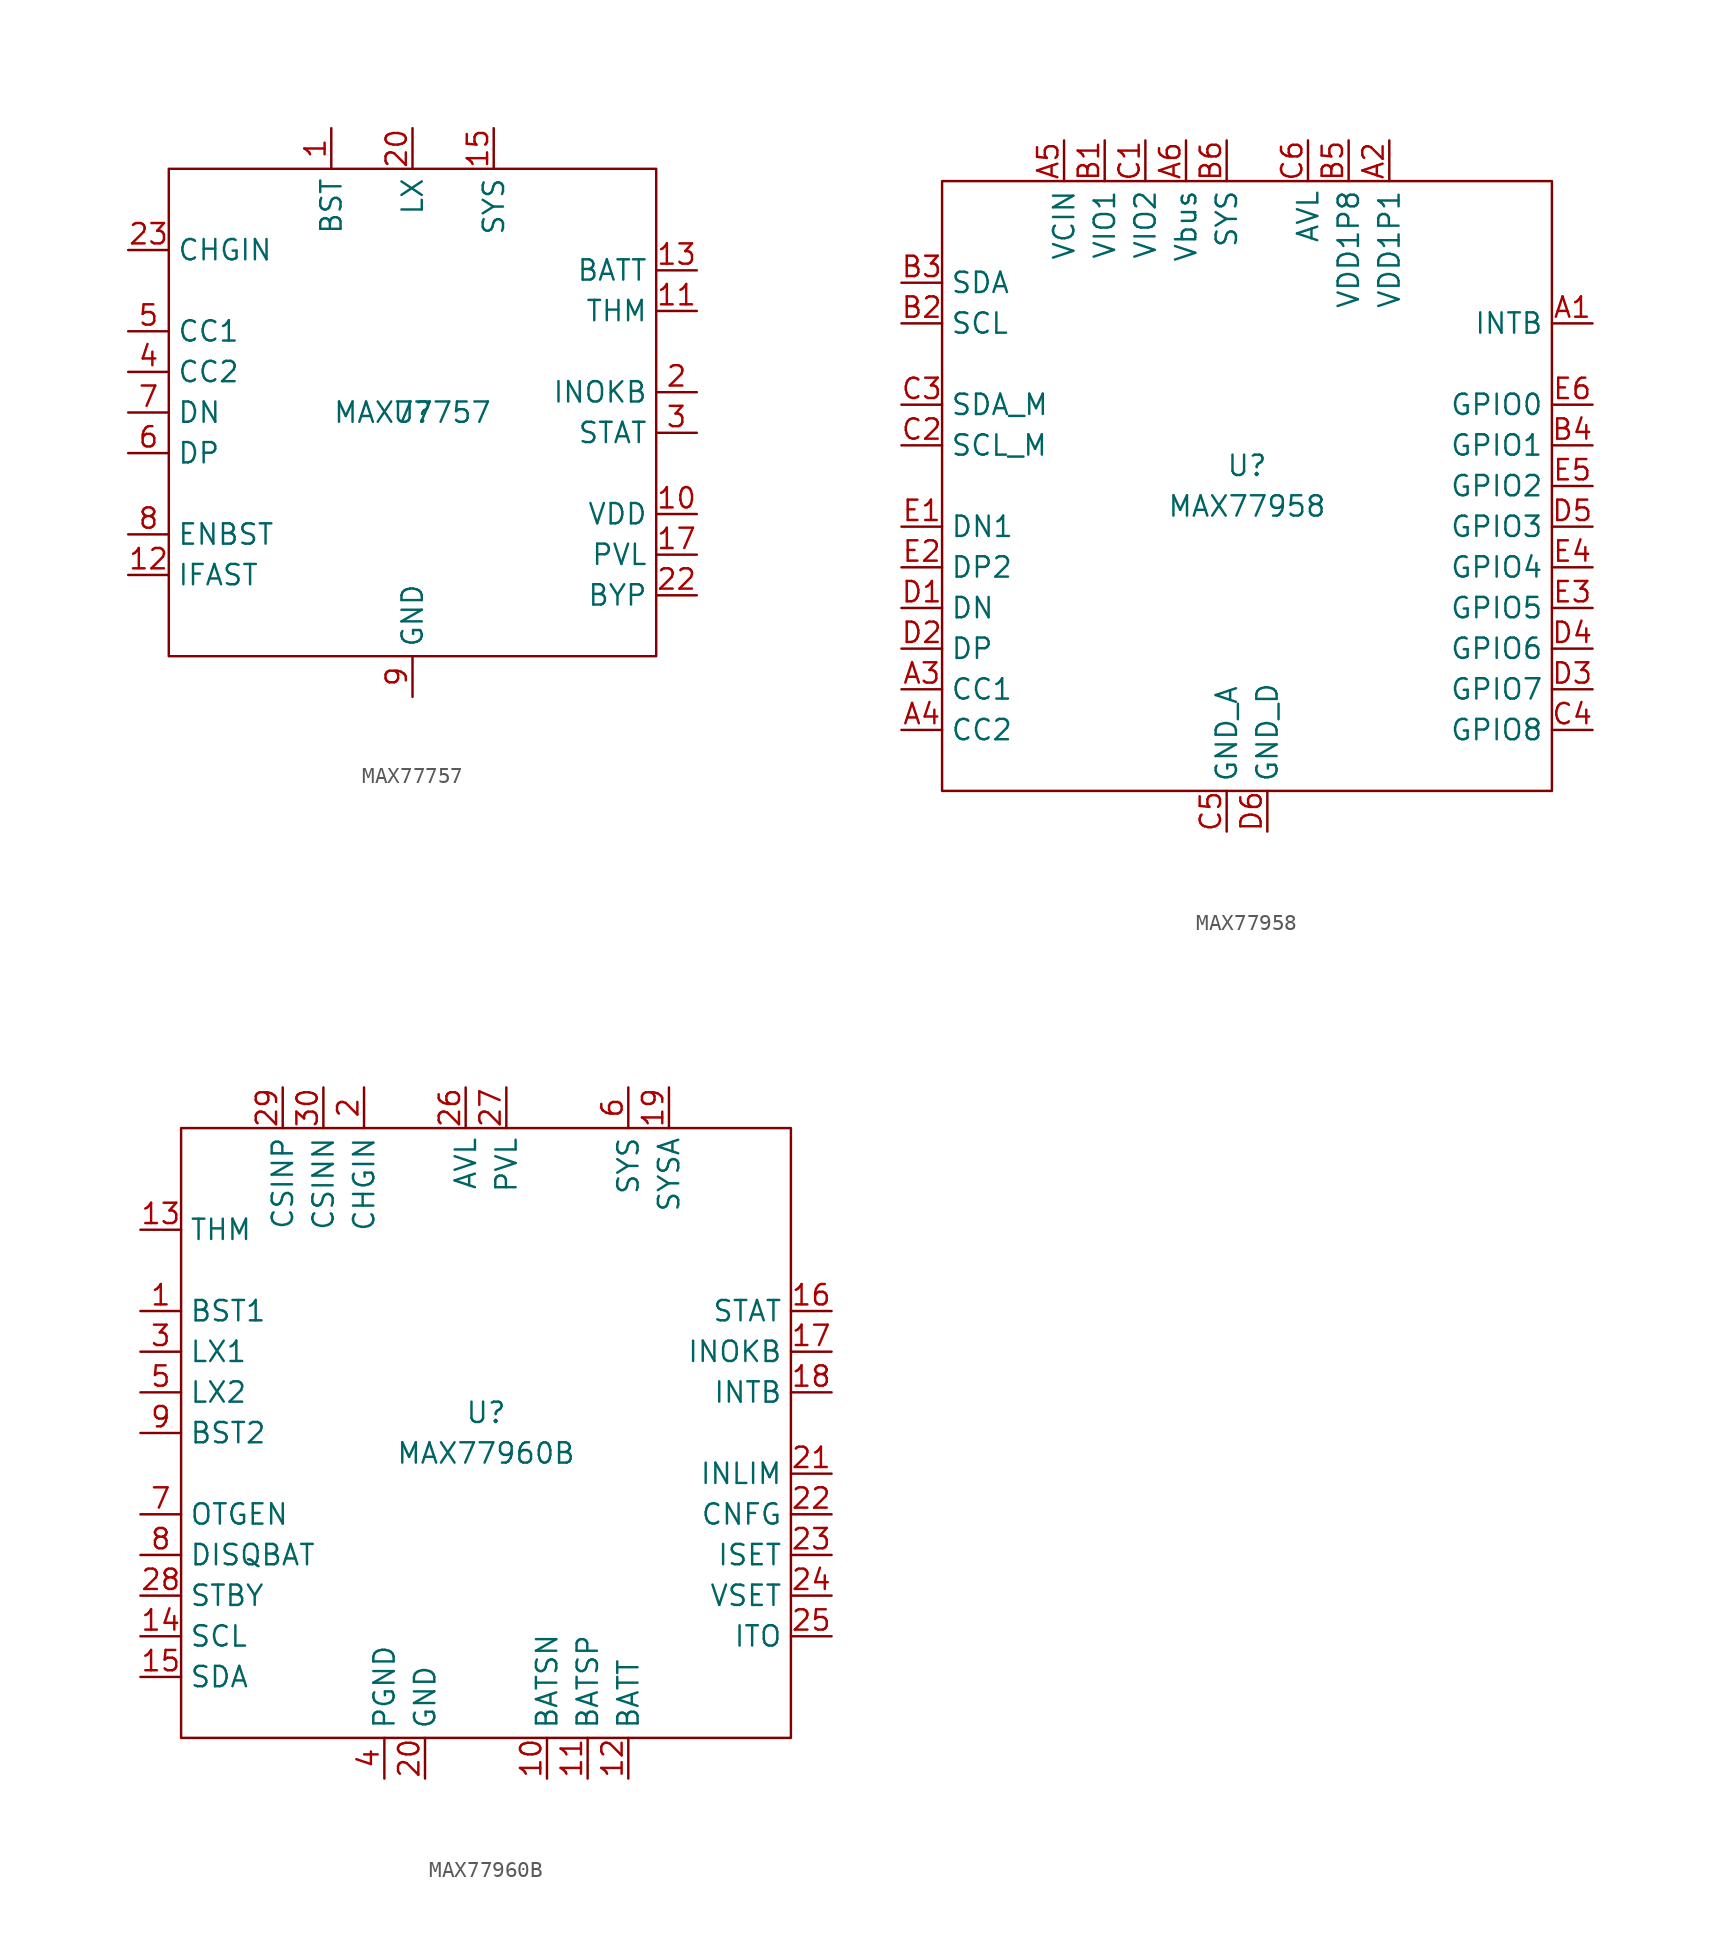
<source format=kicad_sym>
(kicad_symbol_lib
  (version 20211014)
  (generator kicad_symbol_editor)
  (symbol "MAX77757"
    (property "Reference" "U"
      (at 0 0 0)
      (effects (font (size 1.27 1.27))))
    (property "Value" "MAX77757"
      (at 0 0 0)
      (effects (font (size 1.27 1.27))))
    (symbol "MAX77757_0_1"
      (rectangle (start -15.24 15.24) (end 15.24 -15.24) (stroke (width 0) (type default) (color 0 0 0 0)) (fill (type none))))
    (symbol "MAX77757_1_1"
      (pin passive line (at -5.08 17.78 270) (length 2.54) (name "BST" (effects (font (size 1.27 1.27)))) (number "1" (effects (font (size 1.27 1.27)))))
      (pin passive line (at 17.78 -6.35 180) (length 2.54) (name "VDD" (effects (font (size 1.27 1.27)))) (number "10" (effects (font (size 1.27 1.27)))))
      (pin input line (at 17.78 6.35 180) (length 2.54) (name "THM" (effects (font (size 1.27 1.27)))) (number "11" (effects (font (size 1.27 1.27)))))
      (pin passive line (at -17.78 -10.16 0) (length 2.54) (name "IFAST" (effects (font (size 1.27 1.27)))) (number "12" (effects (font (size 1.27 1.27)))))
      (pin passive line (at 17.78 8.89 180) (length 2.54) (name "BATT" (effects (font (size 1.27 1.27)))) (number "13" (effects (font (size 1.27 1.27)))))
      (pin passive line (at 17.78 8.89 180) (length 2.54) hide (name "BATT" (effects (font (size 1.27 1.27)))) (number "14" (effects (font (size 1.27 1.27)))))
      (pin power_out line (at 5.08 17.78 270) (length 2.54) (name "SYS" (effects (font (size 1.27 1.27)))) (number "15" (effects (font (size 1.27 1.27)))))
      (pin power_out line (at 5.08 17.78 270) (length 2.54) hide (name "SYS" (effects (font (size 1.27 1.27)))) (number "16" (effects (font (size 1.27 1.27)))))
      (pin passive line (at 17.78 -8.89 180) (length 2.54) (name "PVL" (effects (font (size 1.27 1.27)))) (number "17" (effects (font (size 1.27 1.27)))))
      (pin power_in line (at 0 -17.78 90) (length 2.54) hide (name "PGND" (effects (font (size 1.27 1.27)))) (number "18" (effects (font (size 1.27 1.27)))))
      (pin power_in line (at 0 -17.78 90) (length 2.54) hide (name "PGND" (effects (font (size 1.27 1.27)))) (number "19" (effects (font (size 1.27 1.27)))))
      (pin output line (at 17.78 1.27 180) (length 2.54) (name "INOKB" (effects (font (size 1.27 1.27)))) (number "2" (effects (font (size 1.27 1.27)))))
      (pin passive line (at 0 17.78 270) (length 2.54) (name "LX" (effects (font (size 1.27 1.27)))) (number "20" (effects (font (size 1.27 1.27)))))
      (pin passive line (at 0 17.78 270) (length 2.54) hide (name "LX" (effects (font (size 1.27 1.27)))) (number "21" (effects (font (size 1.27 1.27)))))
      (pin passive line (at 17.78 -11.43 180) (length 2.54) (name "BYP" (effects (font (size 1.27 1.27)))) (number "22" (effects (font (size 1.27 1.27)))))
      (pin power_in line (at -17.78 10.16 0) (length 2.54) (name "CHGIN" (effects (font (size 1.27 1.27)))) (number "23" (effects (font (size 1.27 1.27)))))
      (pin power_in line (at -17.78 10.16 0) (length 2.54) hide (name "CHGIN" (effects (font (size 1.27 1.27)))) (number "24" (effects (font (size 1.27 1.27)))))
      (pin output line (at 17.78 -1.27 180) (length 2.54) (name "STAT" (effects (font (size 1.27 1.27)))) (number "3" (effects (font (size 1.27 1.27)))))
      (pin bidirectional line (at -17.78 2.54 0) (length 2.54) (name "CC2" (effects (font (size 1.27 1.27)))) (number "4" (effects (font (size 1.27 1.27)))))
      (pin bidirectional line (at -17.78 5.08 0) (length 2.54) (name "CC1" (effects (font (size 1.27 1.27)))) (number "5" (effects (font (size 1.27 1.27)))))
      (pin bidirectional line (at -17.78 -2.54 0) (length 2.54) (name "DP" (effects (font (size 1.27 1.27)))) (number "6" (effects (font (size 1.27 1.27)))))
      (pin bidirectional line (at -17.78 0 0) (length 2.54) (name "DN" (effects (font (size 1.27 1.27)))) (number "7" (effects (font (size 1.27 1.27)))))
      (pin input line (at -17.78 -7.62 0) (length 2.54) (name "ENBST" (effects (font (size 1.27 1.27)))) (number "8" (effects (font (size 1.27 1.27)))))
      (pin power_in line (at 0 -17.78 90) (length 2.54) (name "GND" (effects (font (size 1.27 1.27)))) (number "9" (effects (font (size 1.27 1.27)))))))
  (symbol "MAX77958"
    (property "Reference" "U"
      (at 0 1.27 0)
      (effects (font (size 1.27 1.27))))
    (property "Value" "MAX77958"
      (at 0 -1.27 0)
      (effects (font (size 1.27 1.27))))
    (symbol "MAX77958_0_1"
      (rectangle (start 19.05 19.05) (end -19.05 -19.05) (stroke (width 0) (type default) (color 0 0 0 0)) (fill (type none))))
    (symbol "MAX77958_1_1"
      (pin output line (at 21.59 10.16 180) (length 2.54) (name "INTB" (effects (font (size 1.27 1.27)))) (number "A1" (effects (font (size 1.27 1.27)))))
      (pin power_out line (at 8.89 21.59 270) (length 2.54) (name "VDD1P1" (effects (font (size 1.27 1.27)))) (number "A2" (effects (font (size 1.27 1.27)))))
      (pin bidirectional line (at -21.59 -12.7 0) (length 2.54) (name "CC1" (effects (font (size 1.27 1.27)))) (number "A3" (effects (font (size 1.27 1.27)))))
      (pin bidirectional line (at -21.59 -15.24 0) (length 2.54) (name "CC2" (effects (font (size 1.27 1.27)))) (number "A4" (effects (font (size 1.27 1.27)))))
      (pin power_in line (at -11.43 21.59 270) (length 2.54) (name "VCIN" (effects (font (size 1.27 1.27)))) (number "A5" (effects (font (size 1.27 1.27)))))
      (pin power_in line (at -3.81 21.59 270) (length 2.54) (name "Vbus" (effects (font (size 1.27 1.27)))) (number "A6" (effects (font (size 1.27 1.27)))))
      (pin power_in line (at -8.89 21.59 270) (length 2.54) (name "VIO1" (effects (font (size 1.27 1.27)))) (number "B1" (effects (font (size 1.27 1.27)))))
      (pin input line (at -21.59 10.16 0) (length 2.54) (name "SCL" (effects (font (size 1.27 1.27)))) (number "B2" (effects (font (size 1.27 1.27)))))
      (pin bidirectional line (at -21.59 12.7 0) (length 2.54) (name "SDA" (effects (font (size 1.27 1.27)))) (number "B3" (effects (font (size 1.27 1.27)))))
      (pin bidirectional line (at 21.59 2.54 180) (length 2.54) (name "GPIO1" (effects (font (size 1.27 1.27)))) (number "B4" (effects (font (size 1.27 1.27)))))
      (pin power_out line (at 6.35 21.59 270) (length 2.54) (name "VDD1P8" (effects (font (size 1.27 1.27)))) (number "B5" (effects (font (size 1.27 1.27)))))
      (pin power_in line (at -1.27 21.59 270) (length 2.54) (name "SYS" (effects (font (size 1.27 1.27)))) (number "B6" (effects (font (size 1.27 1.27)))))
      (pin power_in line (at -6.35 21.59 270) (length 2.54) (name "VIO2" (effects (font (size 1.27 1.27)))) (number "C1" (effects (font (size 1.27 1.27)))))
      (pin output line (at -21.59 2.54 0) (length 2.54) (name "SCL_M" (effects (font (size 1.27 1.27)))) (number "C2" (effects (font (size 1.27 1.27)))))
      (pin bidirectional line (at -21.59 5.08 0) (length 2.54) (name "SDA_M" (effects (font (size 1.27 1.27)))) (number "C3" (effects (font (size 1.27 1.27)))))
      (pin bidirectional line (at 21.59 -15.24 180) (length 2.54) (name "GPIO8" (effects (font (size 1.27 1.27)))) (number "C4" (effects (font (size 1.27 1.27)))))
      (pin input line (at -1.27 -21.59 90) (length 2.54) (name "GND_A" (effects (font (size 1.27 1.27)))) (number "C5" (effects (font (size 1.27 1.27)))))
      (pin power_out line (at 3.81 21.59 270) (length 2.54) (name "AVL" (effects (font (size 1.27 1.27)))) (number "C6" (effects (font (size 1.27 1.27)))))
      (pin bidirectional line (at -21.59 -7.62 0) (length 2.54) (name "DN" (effects (font (size 1.27 1.27)))) (number "D1" (effects (font (size 1.27 1.27)))))
      (pin bidirectional line (at -21.59 -10.16 0) (length 2.54) (name "DP" (effects (font (size 1.27 1.27)))) (number "D2" (effects (font (size 1.27 1.27)))))
      (pin bidirectional line (at 21.59 -12.7 180) (length 2.54) (name "GPIO7" (effects (font (size 1.27 1.27)))) (number "D3" (effects (font (size 1.27 1.27)))))
      (pin bidirectional line (at 21.59 -10.16 180) (length 2.54) (name "GPIO6" (effects (font (size 1.27 1.27)))) (number "D4" (effects (font (size 1.27 1.27)))))
      (pin bidirectional line (at 21.59 -2.54 180) (length 2.54) (name "GPIO3" (effects (font (size 1.27 1.27)))) (number "D5" (effects (font (size 1.27 1.27)))))
      (pin input line (at 1.27 -21.59 90) (length 2.54) (name "GND_D" (effects (font (size 1.27 1.27)))) (number "D6" (effects (font (size 1.27 1.27)))))
      (pin input line (at -21.59 -2.54 0) (length 2.54) (name "DN1" (effects (font (size 1.27 1.27)))) (number "E1" (effects (font (size 1.27 1.27)))))
      (pin input line (at -21.59 -5.08 0) (length 2.54) (name "DP2" (effects (font (size 1.27 1.27)))) (number "E2" (effects (font (size 1.27 1.27)))))
      (pin bidirectional line (at 21.59 -7.62 180) (length 2.54) (name "GPIO5" (effects (font (size 1.27 1.27)))) (number "E3" (effects (font (size 1.27 1.27)))))
      (pin bidirectional line (at 21.59 -5.08 180) (length 2.54) (name "GPIO4" (effects (font (size 1.27 1.27)))) (number "E4" (effects (font (size 1.27 1.27)))))
      (pin bidirectional line (at 21.59 0 180) (length 2.54) (name "GPIO2" (effects (font (size 1.27 1.27)))) (number "E5" (effects (font (size 1.27 1.27)))))
      (pin bidirectional line (at 21.59 5.08 180) (length 2.54) (name "GPIO0" (effects (font (size 1.27 1.27)))) (number "E6" (effects (font (size 1.27 1.27)))))))
  (symbol "MAX77960B"
    (property "Reference" "U"
      (at 0 1.27 0)
      (effects (font (size 1.27 1.27))))
    (property "Value" "MAX77960B"
      (at 0 -1.27 0)
      (effects (font (size 1.27 1.27))))
    (symbol "MAX77960B_0_1"
      (rectangle (start -19.05 19.05) (end 19.05 -19.05) (stroke (width 0) (type default) (color 0 0 0 0)) (fill (type none))))
    (symbol "MAX77960B_1_1"
      (pin passive line (at -21.59 7.62 0) (length 2.54) (name "BST1" (effects (font (size 1.27 1.27)))) (number "1" (effects (font (size 1.27 1.27)))))
      (pin power_in line (at 3.81 -21.59 90) (length 2.54) (name "BATSN" (effects (font (size 1.27 1.27)))) (number "10" (effects (font (size 1.27 1.27)))))
      (pin power_in line (at 6.35 -21.59 90) (length 2.54) (name "BATSP" (effects (font (size 1.27 1.27)))) (number "11" (effects (font (size 1.27 1.27)))))
      (pin passive line (at 8.89 -21.59 90) (length 2.54) (name "BATT" (effects (font (size 1.27 1.27)))) (number "12" (effects (font (size 1.27 1.27)))))
      (pin input line (at -21.59 12.7 0) (length 2.54) (name "THM" (effects (font (size 1.27 1.27)))) (number "13" (effects (font (size 1.27 1.27)))))
      (pin input line (at -21.59 -12.7 0) (length 2.54) (name "SCL" (effects (font (size 1.27 1.27)))) (number "14" (effects (font (size 1.27 1.27)))))
      (pin bidirectional line (at -21.59 -15.24 0) (length 2.54) (name "SDA" (effects (font (size 1.27 1.27)))) (number "15" (effects (font (size 1.27 1.27)))))
      (pin output line (at 21.59 7.62 180) (length 2.54) (name "STAT" (effects (font (size 1.27 1.27)))) (number "16" (effects (font (size 1.27 1.27)))))
      (pin output line (at 21.59 5.08 180) (length 2.54) (name "INOKB" (effects (font (size 1.27 1.27)))) (number "17" (effects (font (size 1.27 1.27)))))
      (pin output line (at 21.59 2.54 180) (length 2.54) (name "INTB" (effects (font (size 1.27 1.27)))) (number "18" (effects (font (size 1.27 1.27)))))
      (pin power_in line (at 11.43 21.59 270) (length 2.54) (name "SYSA" (effects (font (size 1.27 1.27)))) (number "19" (effects (font (size 1.27 1.27)))))
      (pin power_in line (at -7.62 21.59 270) (length 2.54) (name "CHGIN" (effects (font (size 1.27 1.27)))) (number "2" (effects (font (size 1.27 1.27)))))
      (pin power_in line (at -3.81 -21.59 90) (length 2.54) (name "GND" (effects (font (size 1.27 1.27)))) (number "20" (effects (font (size 1.27 1.27)))))
      (pin passive line (at 21.59 -2.54 180) (length 2.54) (name "INLIM" (effects (font (size 1.27 1.27)))) (number "21" (effects (font (size 1.27 1.27)))))
      (pin passive line (at 21.59 -5.08 180) (length 2.54) (name "CNFG" (effects (font (size 1.27 1.27)))) (number "22" (effects (font (size 1.27 1.27)))))
      (pin passive line (at 21.59 -7.62 180) (length 2.54) (name "ISET" (effects (font (size 1.27 1.27)))) (number "23" (effects (font (size 1.27 1.27)))))
      (pin passive line (at 21.59 -10.16 180) (length 2.54) (name "VSET" (effects (font (size 1.27 1.27)))) (number "24" (effects (font (size 1.27 1.27)))))
      (pin passive line (at 21.59 -12.7 180) (length 2.54) (name "ITO" (effects (font (size 1.27 1.27)))) (number "25" (effects (font (size 1.27 1.27)))))
      (pin power_in line (at -1.27 21.59 270) (length 2.54) (name "AVL" (effects (font (size 1.27 1.27)))) (number "26" (effects (font (size 1.27 1.27)))))
      (pin power_in line (at 1.27 21.59 270) (length 2.54) (name "PVL" (effects (font (size 1.27 1.27)))) (number "27" (effects (font (size 1.27 1.27)))))
      (pin input line (at -21.59 -10.16 0) (length 2.54) (name "STBY" (effects (font (size 1.27 1.27)))) (number "28" (effects (font (size 1.27 1.27)))))
      (pin power_in line (at -12.7 21.59 270) (length 2.54) (name "CSINP" (effects (font (size 1.27 1.27)))) (number "29" (effects (font (size 1.27 1.27)))))
      (pin passive line (at -21.59 5.08 0) (length 2.54) (name "LX1" (effects (font (size 1.27 1.27)))) (number "3" (effects (font (size 1.27 1.27)))))
      (pin power_in line (at -10.16 21.59 270) (length 2.54) (name "CSINN" (effects (font (size 1.27 1.27)))) (number "30" (effects (font (size 1.27 1.27)))))
      (pin power_in line (at -6.35 -21.59 90) (length 2.54) (name "PGND" (effects (font (size 1.27 1.27)))) (number "4" (effects (font (size 1.27 1.27)))))
      (pin passive line (at -21.59 2.54 0) (length 2.54) (name "LX2" (effects (font (size 1.27 1.27)))) (number "5" (effects (font (size 1.27 1.27)))))
      (pin power_out line (at 8.89 21.59 270) (length 2.54) (name "SYS" (effects (font (size 1.27 1.27)))) (number "6" (effects (font (size 1.27 1.27)))))
      (pin input line (at -21.59 -5.08 0) (length 2.54) (name "OTGEN" (effects (font (size 1.27 1.27)))) (number "7" (effects (font (size 1.27 1.27)))))
      (pin input line (at -21.59 -7.62 0) (length 2.54) (name "DISQBAT" (effects (font (size 1.27 1.27)))) (number "8" (effects (font (size 1.27 1.27)))))
      (pin passive line (at -21.59 0 0) (length 2.54) (name "BST2" (effects (font (size 1.27 1.27)))) (number "9" (effects (font (size 1.27 1.27))))))))
</source>
